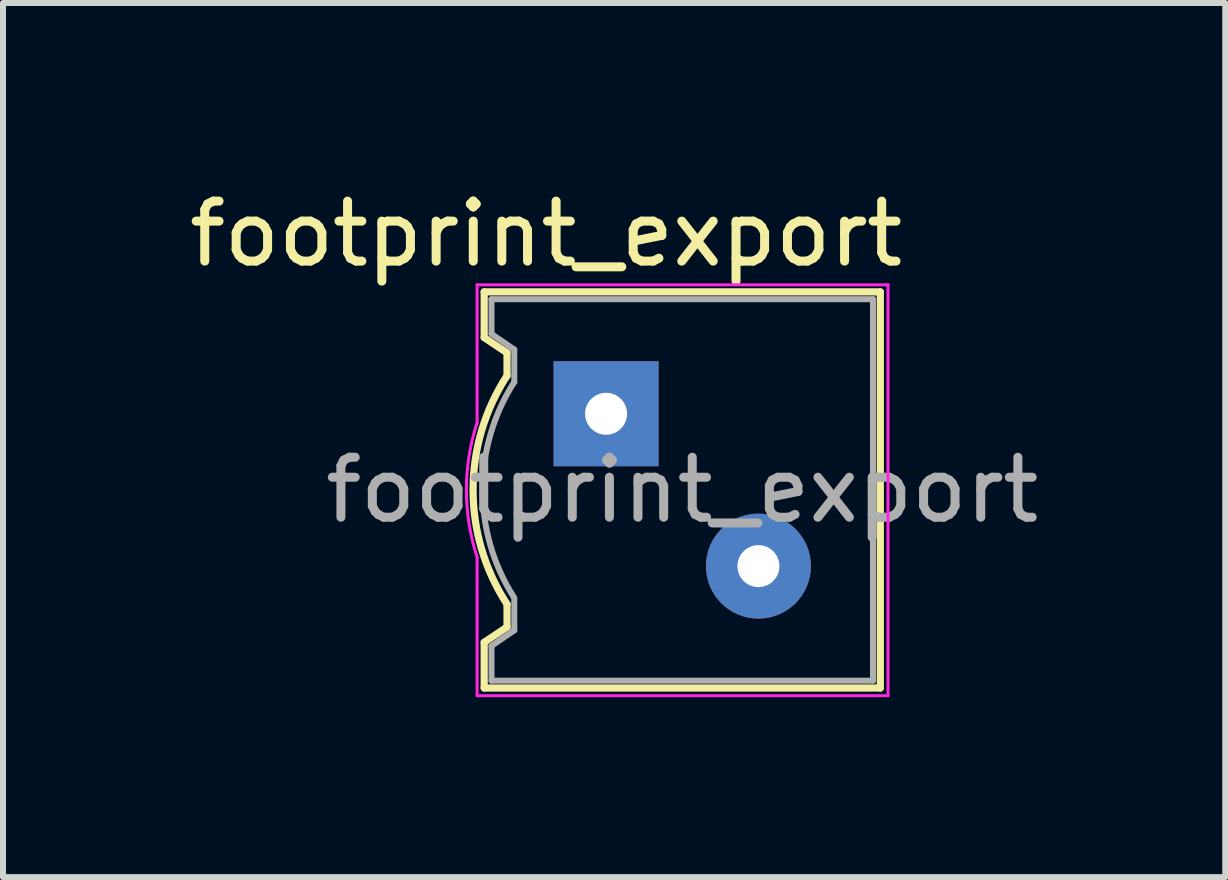
<source format=kicad_pcb>
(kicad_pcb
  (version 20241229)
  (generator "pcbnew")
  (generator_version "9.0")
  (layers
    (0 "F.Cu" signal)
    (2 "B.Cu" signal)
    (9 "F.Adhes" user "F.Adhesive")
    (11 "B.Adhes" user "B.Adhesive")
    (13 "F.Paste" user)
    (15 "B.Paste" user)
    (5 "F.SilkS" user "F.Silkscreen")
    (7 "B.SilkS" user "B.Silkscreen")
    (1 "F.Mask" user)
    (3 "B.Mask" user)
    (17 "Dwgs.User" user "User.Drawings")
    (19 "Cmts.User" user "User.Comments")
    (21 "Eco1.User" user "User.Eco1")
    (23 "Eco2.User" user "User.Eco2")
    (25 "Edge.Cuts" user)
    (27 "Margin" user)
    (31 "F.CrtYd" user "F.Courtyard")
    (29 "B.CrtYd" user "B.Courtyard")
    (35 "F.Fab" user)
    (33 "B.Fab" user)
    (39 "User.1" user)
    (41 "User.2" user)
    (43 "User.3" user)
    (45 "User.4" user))
  (footprint "footprint_export"
    (layer "F.Cu")
    (at 7.054 3.848)
    (property "Reference" "footprint_export" (at -1 -3 0) (layer "F.SilkS") (effects (font (size 1 1) (thickness 0.15))))
    (attr through_hole)
    (fp_line (start -2.032 -2.032) (end -2.032 -1.27) (stroke (width 0.12) (type solid)) (layer "F.SilkS"))
    (fp_line (start -2.032 -1.27) (end -1.651 -1.016) (stroke (width 0.12) (type solid)) (layer "F.SilkS"))
    (fp_line (start -2.032 4.572) (end -2.032 3.81) (stroke (width 0.12) (type solid)) (layer "F.SilkS"))
    (fp_line (start -1.651 -1.016) (end -1.651 -0.635) (stroke (width 0.12) (type solid)) (layer "F.SilkS"))
    (fp_line (start -1.651 3.556) (end -2.032 3.81) (stroke (width 0.12) (type solid)) (layer "F.SilkS"))
    (fp_line (start -1.651 3.556) (end -1.651 3.175) (stroke (width 0.12) (type solid)) (layer "F.SilkS"))
    (fp_line (start 4.572 -2.032) (end -2.032 -2.032) (stroke (width 0.12) (type solid)) (layer "F.SilkS"))
    (fp_line (start 4.572 4.572) (end -2.032 4.572) (stroke (width 0.12) (type solid)) (layer "F.SilkS"))
    (fp_line (start 4.572 4.572) (end 4.572 -2.032) (stroke (width 0.12) (type solid)) (layer "F.SilkS"))
    (fp_arc (start -1.651753 3.173843) (mid -2.2173 1.26931) (end -1.650999 -0.634999) (stroke (width 0.12) (type solid)) (layer "F.SilkS"))
    (fp_line (start -2.15 -2.15) (end -2.15 0.15) (stroke (width 0.05) (type solid)) (layer "F.CrtYd"))
    (fp_line (start -2.15 -2.15) (end 4.7 -2.15) (stroke (width 0.05) (type solid)) (layer "F.CrtYd"))
    (fp_line (start -2.15 4.7) (end -2.15 2.4) (stroke (width 0.05) (type solid)) (layer "F.CrtYd"))
    (fp_line (start 4.7 -2.15) (end 4.7 4.7) (stroke (width 0.05) (type solid)) (layer "F.CrtYd"))
    (fp_line (start 4.7 4.7) (end -2.15 4.7) (stroke (width 0.05) (type solid)) (layer "F.CrtYd"))
    (fp_arc (start -2.147033 2.39902) (mid -2.328719 1.274748) (end -2.15 0.15) (stroke (width 0.05) (type solid)) (layer "F.CrtYd"))
    (fp_line (start -1.91 -1.91) (end -1.91 -1.33) (stroke (width 0.1) (type solid)) (layer "F.Fab"))
    (fp_line (start -1.91 -1.91) (end 4.45 -1.91) (stroke (width 0.1) (type solid)) (layer "F.Fab"))
    (fp_line (start -1.91 -1.33) (end -1.53 -1.07) (stroke (width 0.1) (type solid)) (layer "F.Fab"))
    (fp_line (start -1.91 3.87) (end -1.53 3.61) (stroke (width 0.1) (type solid)) (layer "F.Fab"))
    (fp_line (start -1.91 4.45) (end -1.91 3.87) (stroke (width 0.1) (type solid)) (layer "F.Fab"))
    (fp_line (start -1.53 -1.07) (end -1.53 -0.53) (stroke (width 0.1) (type solid)) (layer "F.Fab"))
    (fp_line (start -1.53 3.61) (end -1.53 3.07) (stroke (width 0.1) (type solid)) (layer "F.Fab"))
    (fp_line (start 4.45 -1.91) (end 4.45 4.45) (stroke (width 0.1) (type solid)) (layer "F.Fab"))
    (fp_line (start 4.45 4.45) (end -1.91 4.45) (stroke (width 0.1) (type solid)) (layer "F.Fab"))
    (fp_arc (start -1.538265 3.057078) (mid -2.058655 1.26233) (end -1.53 -0.53) (stroke (width 0.1) (type solid)) (layer "F.Fab"))
    (fp_text user "${REFERENCE}" (at 1.27 1.27 0) (layer "F.Fab") (effects (font (size 1 1) (thickness 0.15))))
    (pad "1" thru_hole rect (at 0 0 270) (size 1.75 1.75) (drill 0.7) (layers "*.Cu" "*.Mask"))
    (pad "2" thru_hole circle (at 2.54 2.54 270) (size 1.75 1.75) (drill 0.7) (layers "*.Cu" "*.Mask")))
  (gr_rect
    (start -3 -3)
    (end 17.377 11.573)
    (stroke (width 0.1) (type default))
    (fill no)
    (layer "Edge.Cuts")))
</source>
